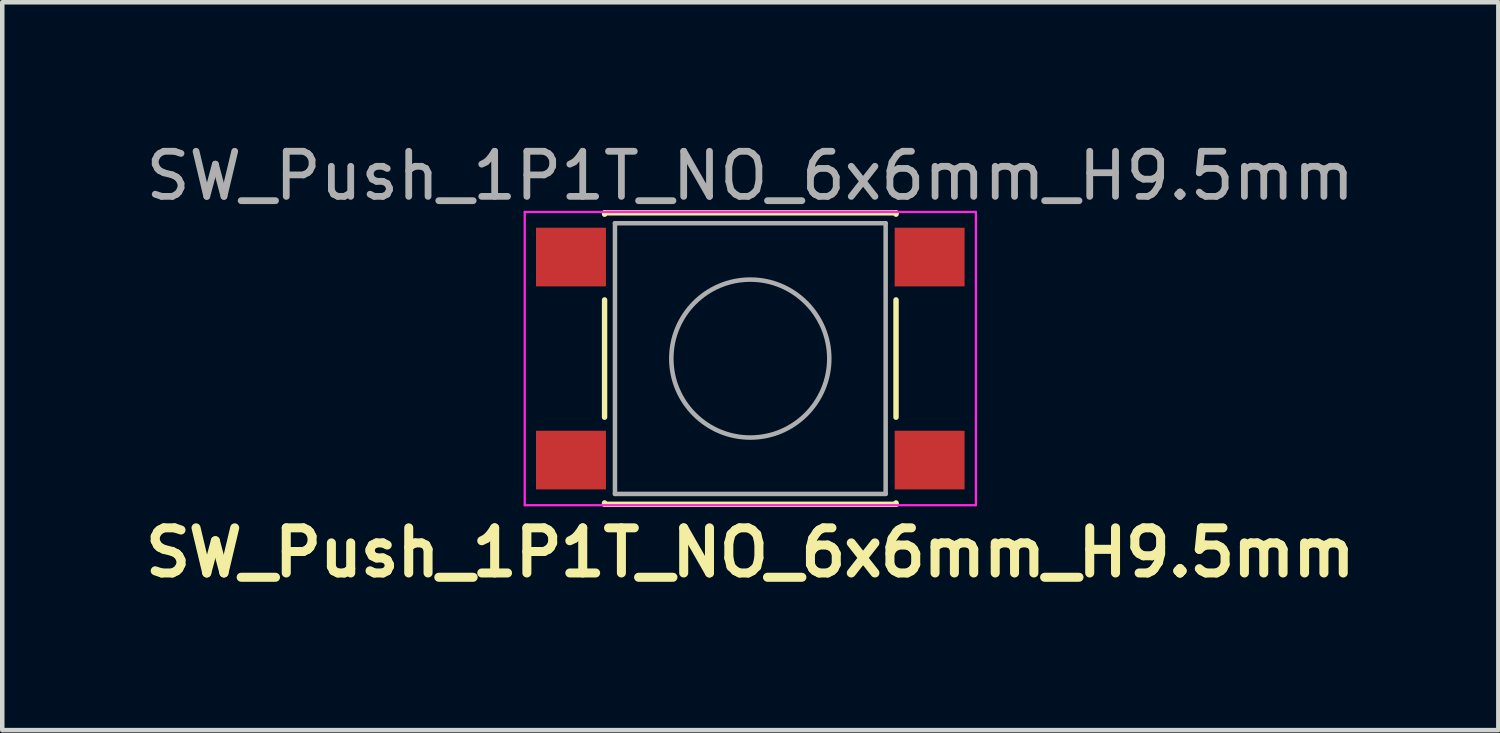
<source format=kicad_pcb>
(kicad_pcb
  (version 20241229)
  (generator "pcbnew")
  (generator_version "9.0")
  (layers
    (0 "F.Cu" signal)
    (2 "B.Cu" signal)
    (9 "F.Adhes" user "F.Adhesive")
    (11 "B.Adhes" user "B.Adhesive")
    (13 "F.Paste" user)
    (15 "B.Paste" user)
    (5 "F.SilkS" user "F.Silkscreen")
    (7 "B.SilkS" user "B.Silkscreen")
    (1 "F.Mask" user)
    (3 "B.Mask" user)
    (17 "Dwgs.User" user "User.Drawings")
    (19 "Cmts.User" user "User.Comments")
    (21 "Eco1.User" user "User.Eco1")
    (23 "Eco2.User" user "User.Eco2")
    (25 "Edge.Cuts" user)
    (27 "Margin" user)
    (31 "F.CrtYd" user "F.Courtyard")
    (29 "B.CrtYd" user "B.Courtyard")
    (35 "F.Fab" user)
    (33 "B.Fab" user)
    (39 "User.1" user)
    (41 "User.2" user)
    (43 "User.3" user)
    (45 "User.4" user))
  (footprint "SW_Push_1P1T_NO_6x6mm_H9.5mm"
    (layer "F.Cu")
    (at 13.581 4.898)
    (property "Reference" "SW_Push_1P1T_NO_6x6mm_H9.5mm" (at 0 4.3 0) (layer "F.SilkS") (effects (font (size 1 1) (thickness 0.2))))
    (attr smd)
    (fp_line (start -3.23 -3.23) (end 3.23 -3.23) (stroke (width 0.12) (type solid)) (layer "F.SilkS"))
    (fp_line (start -3.23 -3.2) (end -3.23 -3.23) (stroke (width 0.12) (type solid)) (layer "F.SilkS"))
    (fp_line (start -3.23 -1.3) (end -3.23 1.3) (stroke (width 0.12) (type solid)) (layer "F.SilkS"))
    (fp_line (start -3.23 3.23) (end -3.23 3.2) (stroke (width 0.12) (type solid)) (layer "F.SilkS"))
    (fp_line (start -3.23 3.23) (end 3.23 3.23) (stroke (width 0.12) (type solid)) (layer "F.SilkS"))
    (fp_line (start 3.23 -3.23) (end 3.23 -3.2) (stroke (width 0.12) (type solid)) (layer "F.SilkS"))
    (fp_line (start 3.23 -1.3) (end 3.23 1.3) (stroke (width 0.12) (type solid)) (layer "F.SilkS"))
    (fp_line (start 3.23 3.23) (end 3.23 3.2) (stroke (width 0.12) (type solid)) (layer "F.SilkS"))
    (fp_line (start -5 -3.25) (end -5 3.25) (stroke (width 0.05) (type solid)) (layer "F.CrtYd"))
    (fp_line (start -5 -3.25) (end 5 -3.25) (stroke (width 0.05) (type solid)) (layer "F.CrtYd"))
    (fp_line (start -5 3.25) (end 5 3.25) (stroke (width 0.05) (type solid)) (layer "F.CrtYd"))
    (fp_line (start 5 3.25) (end 5 -3.25) (stroke (width 0.05) (type solid)) (layer "F.CrtYd"))
    (fp_line (start -3 -3) (end -3 3) (stroke (width 0.1) (type solid)) (layer "F.Fab"))
    (fp_line (start -3 3) (end 3 3) (stroke (width 0.1) (type solid)) (layer "F.Fab"))
    (fp_line (start 3 -3) (end -3 -3) (stroke (width 0.1) (type solid)) (layer "F.Fab"))
    (fp_line (start 3 3) (end 3 -3) (stroke (width 0.1) (type solid)) (layer "F.Fab"))
    (fp_circle (center 0 0) (end 1.75 -0.05) (stroke (width 0.1) (type solid)) (fill no) (layer "F.Fab"))
    (fp_text user "${REFERENCE}" (at 0 -4.05 0) (layer "F.Fab") (effects (font (size 1 1) (thickness 0.15))))
    (pad "1" smd rect (at -3.975 -2.25) (size 1.55 1.3) (layers "F.Cu" "F.Mask" "F.Paste"))
    (pad "1" smd rect (at 3.975 -2.25) (size 1.55 1.3) (layers "F.Cu" "F.Mask" "F.Paste"))
    (pad "2" smd rect (at -3.975 2.25) (size 1.55 1.3) (layers "F.Cu" "F.Mask" "F.Paste"))
    (pad "2" smd rect (at 3.975 2.25) (size 1.55 1.3) (layers "F.Cu" "F.Mask" "F.Paste")))
  (gr_rect
    (start -3 -3)
    (end 30.162 13.134)
    (stroke (width 0.1) (type default))
    (fill no)
    (layer "Edge.Cuts")))
</source>
